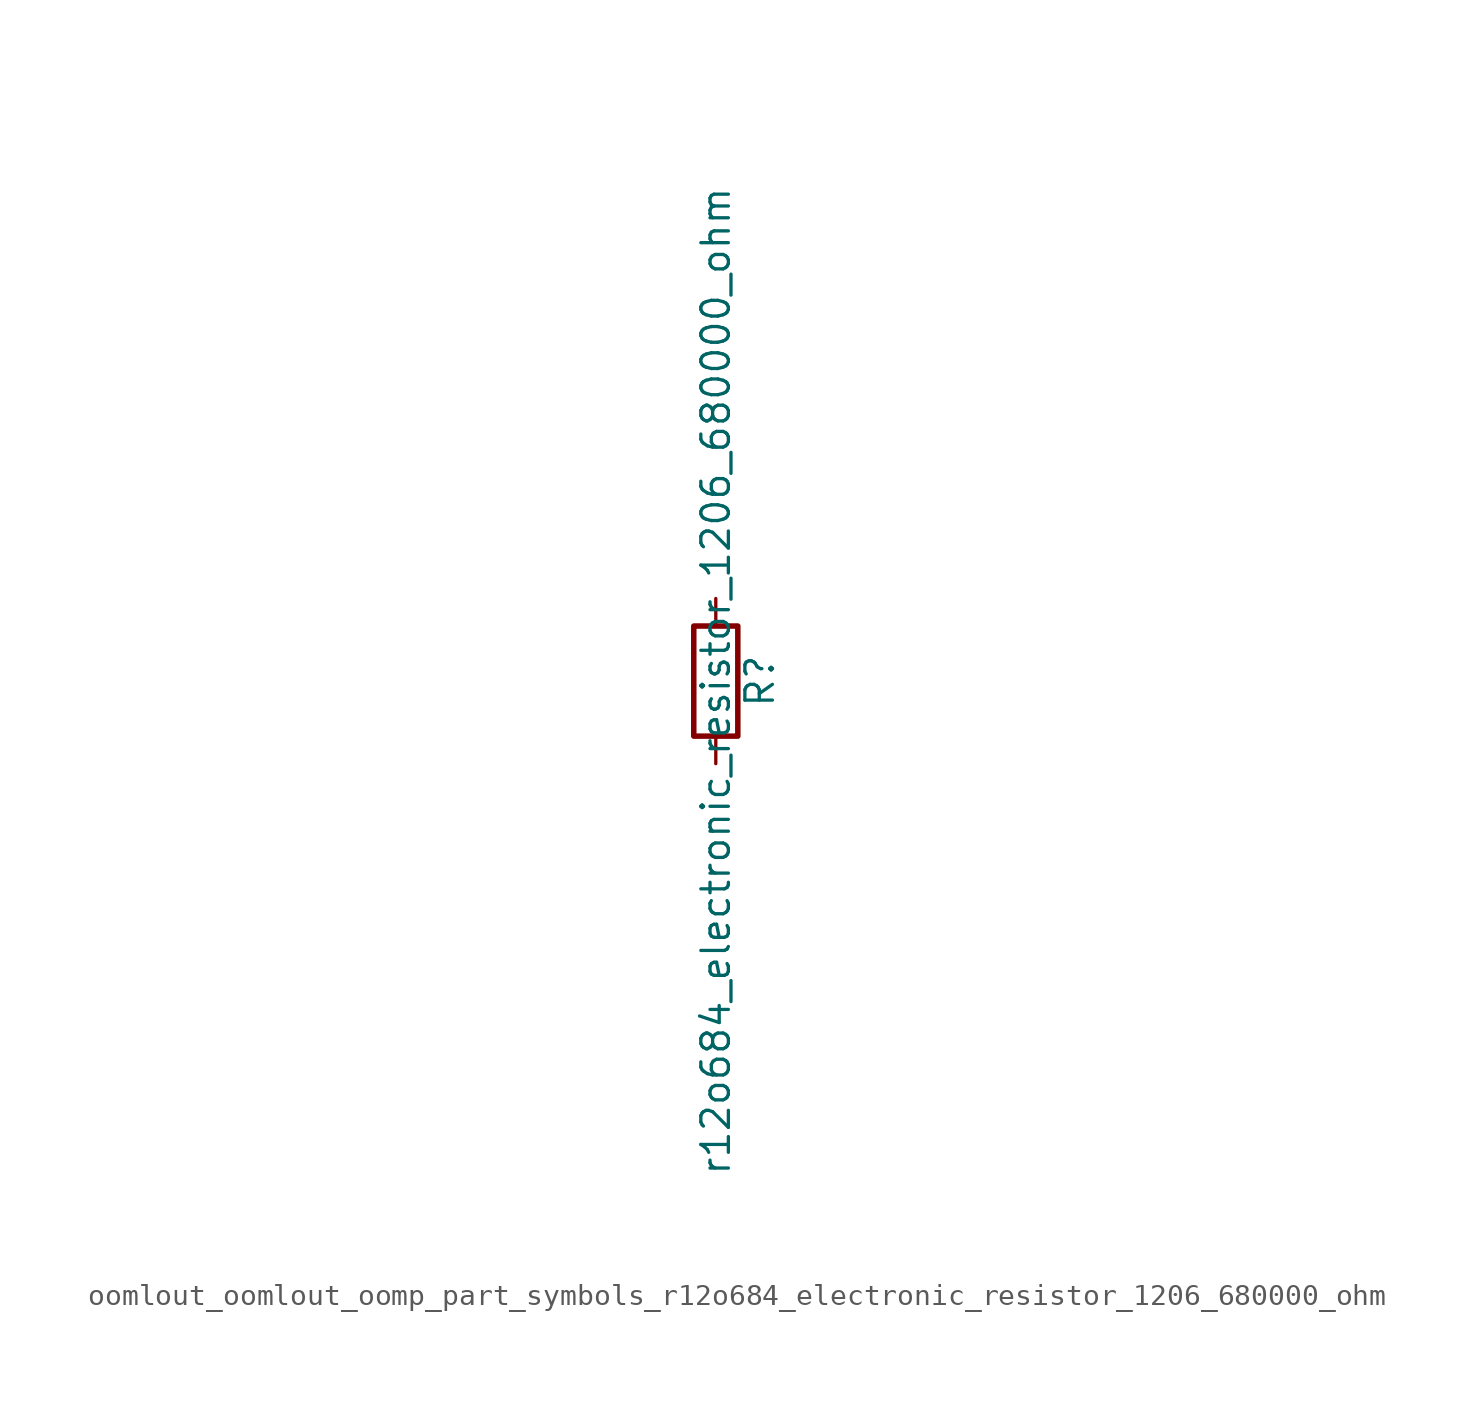
<source format=kicad_sym>
(kicad_symbol_lib
  (version 20220914)
  (generator kicad_symbol_editor)
  (symbol "oomlout_oomlout_oomp_part_symbols_r12o684_electronic_resistor_1206_680000_ohm"
    (pin_numbers hide)
    (pin_names
      (offset 0))
    (property "Reference" "R"
      (at 2.032 0 90)
      (effects (font (size 1.27 1.27))))
    (property "Value" "r12o684_electronic_resistor_1206_680000_ohm"
      (at 0 0 90)
      (effects (font (size 1.27 1.27))))
    (symbol "oomlout_oomlout_oomp_part_symbols_r12o684_electronic_resistor_1206_680000_ohm_0_1"
      (rectangle (start -1.016 -2.54) (end 1.016 2.54) (stroke (width 0.254) (type default)) (fill (type none))))
    (symbol "oomlout_oomlout_oomp_part_symbols_r12o684_electronic_resistor_1206_680000_ohm_1_1"
      (pin passive line (at 0 3.81 270) (length 1.27) (name "~" (effects (font (size 1.27 1.27)))) (number "1" (effects (font (size 1.27 1.27)))))
      (pin passive line (at 0 -3.81 90) (length 1.27) (name "~" (effects (font (size 1.27 1.27)))) (number "2" (effects (font (size 1.27 1.27))))))))
</source>
